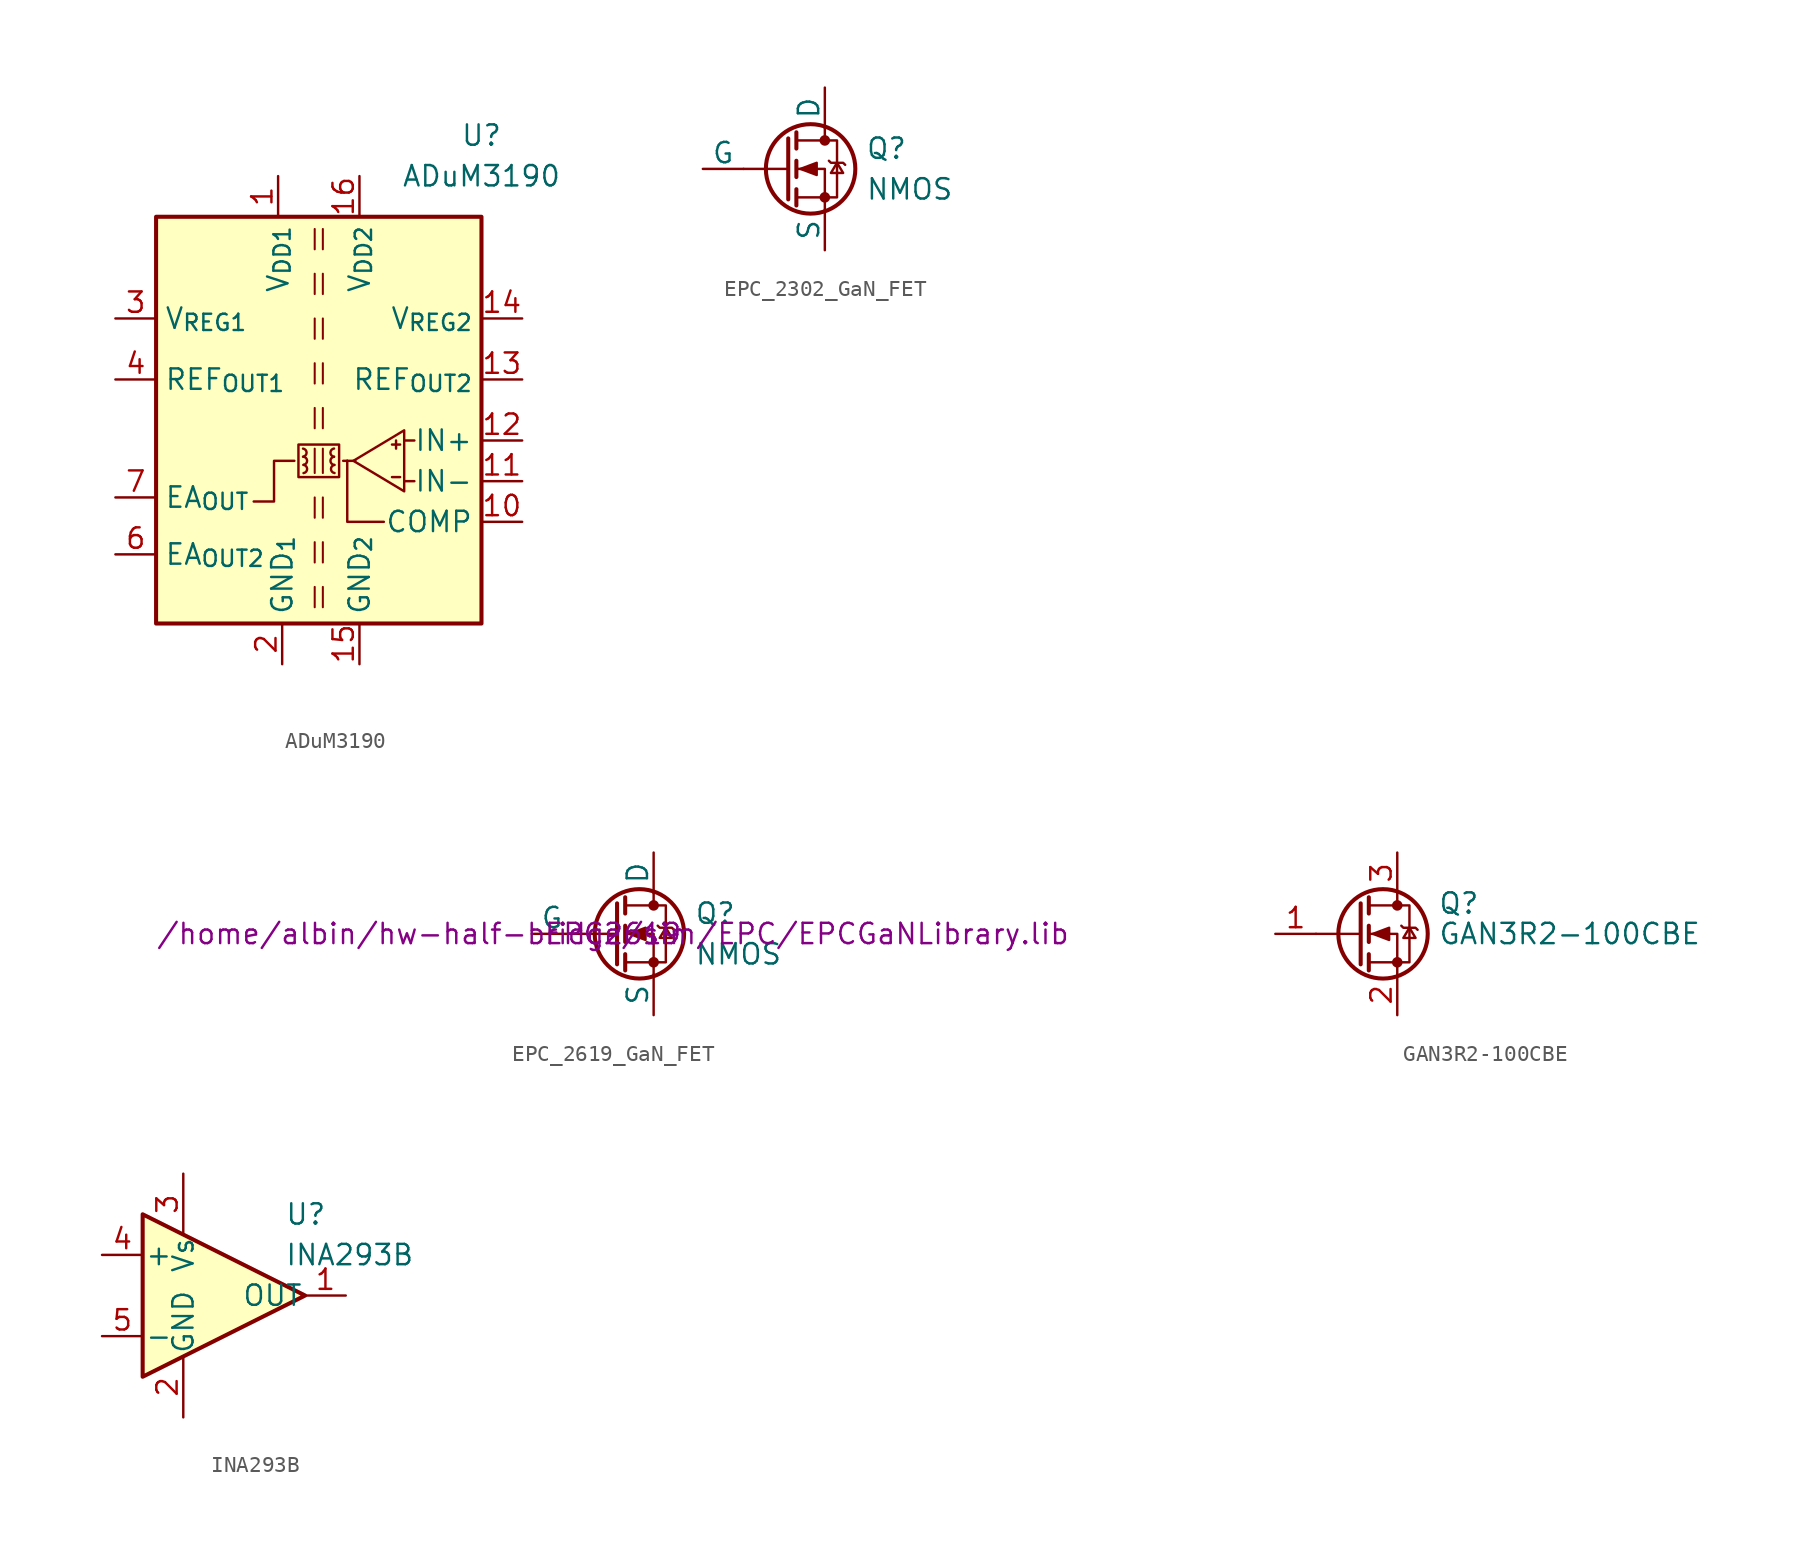
<source format=kicad_sym>
(kicad_symbol_lib
  (version 20231120)
  (generator "kicad_symbol_editor")
  (generator_version "8.0")
  (symbol "ADuM3190"
    (property "Reference" "U"
      (at 10.16 17.78 0)
      (effects (font (size 1.27 1.27))))
    (property "Value" "ADuM3190"
      (at 10.16 15.24 0)
      (effects (font (size 1.27 1.27))))
    (symbol "ADuM3190_0_0"
      (rectangle (start -10.16 12.7) (end 10.16 -12.7) (stroke (width 0.254) (type default)) (fill (type background))))
    (symbol "ADuM3190_0_1"
      (rectangle (start -1.27 -1.524) (end 1.27 -3.556) (stroke (width 0) (type default)) (fill (type none)))
      (arc (start -0.9841 -2.286) (mid -0.76 -2.032) (end -0.9841 -1.778) (stroke (width 0) (type default)) (fill (type none)))
      (arc (start -0.9522 -3.302) (mid -0.7281 -3.048) (end -0.9522 -2.794) (stroke (width 0) (type default)) (fill (type none)))
      (arc (start -0.9522 -2.794) (mid -0.7281 -2.54) (end -0.9522 -2.286) (stroke (width 0) (type default)) (fill (type none)))
      (polyline (pts (xy 1.778 -2.54) (xy 1.524 -2.54)) (stroke (width 0) (type default)) (fill (type none)))
      (polyline (pts (xy 2.286 -2.54) (xy 1.778 -2.54)) (stroke (width 0) (type default)) (fill (type none)))
      (polyline (pts (xy 4.572 -3.556) (xy 5.08 -3.556)) (stroke (width 0) (type default)) (fill (type none)))
      (polyline (pts (xy 5.334 -3.81) (xy 5.969 -3.81)) (stroke (width 0) (type default)) (fill (type none)))
      (polyline (pts (xy 5.334 -1.27) (xy 5.969 -1.27)) (stroke (width 0) (type default)) (fill (type none)))
      (polyline (pts (xy 1.778 -2.54) (xy 1.778 -6.35) (xy 4.064 -6.35)) (stroke (width 0) (type default)) (fill (type none)))
      (polyline (pts (xy -1.524 -2.54) (xy -2.794 -2.54) (xy -2.794 -5.08) (xy -4.064 -5.08)) (stroke (width 0) (type default)) (fill (type none)))
      (polyline (pts (xy 5.334 -0.635) (xy 2.159 -2.54) (xy 5.334 -4.445) (xy 5.334 -0.635)) (stroke (width 0) (type default)) (fill (type none)))
      (polyline (pts (xy 4.572 -1.524) (xy 5.08 -1.524) (xy 4.826 -1.524) (xy 4.826 -1.27) (xy 4.826 -1.778)) (stroke (width 0) (type default)) (fill (type none)))
      (arc (start 0.9522 -2.286) (mid 0.7281 -2.54) (end 0.9522 -2.794) (stroke (width 0) (type default)) (fill (type none)))
      (arc (start 0.9522 -1.778) (mid 0.7281 -2.032) (end 0.9522 -2.286) (stroke (width 0) (type default)) (fill (type none)))
      (arc (start 0.9841 -2.794) (mid 0.76 -3.048) (end 0.9841 -3.302) (stroke (width 0) (type default)) (fill (type none))))
    (symbol "ADuM3190_1_1"
      (polyline (pts (xy -0.254 -10.414) (xy -0.254 -11.684)) (stroke (width 0.127) (type default)) (fill (type none)))
      (polyline (pts (xy -0.254 -7.62) (xy -0.254 -8.89)) (stroke (width 0.127) (type default)) (fill (type none)))
      (polyline (pts (xy -0.254 -4.826) (xy -0.254 -6.096)) (stroke (width 0.127) (type default)) (fill (type none)))
      (polyline (pts (xy -0.254 -1.778) (xy -0.254 -3.302)) (stroke (width 0.127) (type default)) (fill (type none)))
      (polyline (pts (xy -0.254 0.762) (xy -0.254 -0.508)) (stroke (width 0.127) (type default)) (fill (type none)))
      (polyline (pts (xy -0.254 3.556) (xy -0.254 2.286)) (stroke (width 0.127) (type default)) (fill (type none)))
      (polyline (pts (xy -0.254 6.35) (xy -0.254 5.08)) (stroke (width 0.127) (type default)) (fill (type none)))
      (polyline (pts (xy -0.254 9.144) (xy -0.254 7.874)) (stroke (width 0.127) (type default)) (fill (type none)))
      (polyline (pts (xy -0.254 11.938) (xy -0.254 10.668)) (stroke (width 0.127) (type default)) (fill (type none)))
      (polyline (pts (xy 0.254 -10.414) (xy 0.254 -11.684)) (stroke (width 0.127) (type default)) (fill (type none)))
      (polyline (pts (xy 0.254 -7.62) (xy 0.254 -8.89)) (stroke (width 0.127) (type default)) (fill (type none)))
      (polyline (pts (xy 0.254 -4.826) (xy 0.254 -6.096)) (stroke (width 0.127) (type default)) (fill (type none)))
      (polyline (pts (xy 0.254 -1.778) (xy 0.254 -3.302)) (stroke (width 0.127) (type default)) (fill (type none)))
      (polyline (pts (xy 0.254 0.762) (xy 0.254 -0.508)) (stroke (width 0.127) (type default)) (fill (type none)))
      (polyline (pts (xy 0.254 3.556) (xy 0.254 2.286)) (stroke (width 0.127) (type default)) (fill (type none)))
      (polyline (pts (xy 0.254 6.35) (xy 0.254 5.08)) (stroke (width 0.127) (type default)) (fill (type none)))
      (polyline (pts (xy 0.254 9.144) (xy 0.254 7.874)) (stroke (width 0.127) (type default)) (fill (type none)))
      (polyline (pts (xy 0.254 11.938) (xy 0.254 10.668)) (stroke (width 0.127) (type default)) (fill (type none)))
      (pin power_in line (at -2.54 15.24 270) (length 2.54) (name "V_{DD1}" (effects (font (size 1.27 1.27)))) (number "1" (effects (font (size 1.27 1.27)))))
      (pin output line (at 12.7 -6.35 180) (length 2.54) (name "COMP" (effects (font (size 1.27 1.27)))) (number "10" (effects (font (size 1.27 1.27)))))
      (pin input line (at 12.7 -3.81 180) (length 2.54) (name "IN-" (effects (font (size 1.27 1.27)))) (number "11" (effects (font (size 1.27 1.27)))))
      (pin input line (at 12.7 -1.27 180) (length 2.54) (name "IN+" (effects (font (size 1.27 1.27)))) (number "12" (effects (font (size 1.27 1.27)))))
      (pin output line (at 12.7 2.54 180) (length 2.54) (name "REF_{OUT2}" (effects (font (size 1.27 1.27)))) (number "13" (effects (font (size 1.27 1.27)))))
      (pin passive line (at 12.7 6.35 180) (length 2.54) (name "V_{REG2}" (effects (font (size 1.27 1.27)))) (number "14" (effects (font (size 1.27 1.27)))))
      (pin power_in line (at 2.54 -15.24 90) (length 2.54) (name "GND_{2}" (effects (font (size 1.27 1.27)))) (number "15" (effects (font (size 1.27 1.27)))))
      (pin power_in line (at 2.54 15.24 270) (length 2.54) (name "V_{DD2}" (effects (font (size 1.27 1.27)))) (number "16" (effects (font (size 1.27 1.27)))))
      (pin power_in line (at -2.286 -15.24 90) (length 2.54) (name "GND_{1}" (effects (font (size 1.27 1.27)))) (number "2" (effects (font (size 1.27 1.27)))))
      (pin passive line (at -12.7 6.35 0) (length 2.54) (name "V_{REG1}" (effects (font (size 1.27 1.27)))) (number "3" (effects (font (size 1.27 1.27)))))
      (pin output line (at -12.7 2.54 0) (length 2.54) (name "REF_{OUT1}" (effects (font (size 1.27 1.27)))) (number "4" (effects (font (size 1.27 1.27)))))
      (pin no_connect line (at -12.7 -1.27 0) (length 2.54) hide (name "NC" (effects (font (size 1.27 1.27)))) (number "5" (effects (font (size 1.27 1.27)))))
      (pin open_collector line (at -12.7 -8.382 0) (length 2.54) (name "EA_{OUT2}" (effects (font (size 1.27 1.27)))) (number "6" (effects (font (size 1.27 1.27)))))
      (pin output line (at -12.7 -4.826 0) (length 2.54) (name "EA_{OUT}" (effects (font (size 1.27 1.27)))) (number "7" (effects (font (size 1.27 1.27)))))
      (pin passive line (at -2.286 -15.24 90) (length 2.54) hide (name "GND_{1}" (effects (font (size 1.27 1.27)))) (number "8" (effects (font (size 1.27 1.27)))))
      (pin passive line (at 2.54 -15.24 90) (length 2.54) hide (name "GND_{2}" (effects (font (size 1.27 1.27)))) (number "9" (effects (font (size 1.27 1.27)))))))
  (symbol "EPC_2302_GaN_FET"
    (pin_numbers hide)
    (pin_names
      (offset 0))
    (property "Reference" "Q"
      (at 5.08 1.27 0)
      (effects (font (size 1.27 1.27)) (justify left)))
    (property "Value" "NMOS"
      (at 5.08 -1.27 0)
      (effects (font (size 1.27 1.27)) (justify left)))
    (symbol "EPC_2302_GaN_FET_0_1"
      (polyline (pts (xy 0.254 0) (xy -2.54 0)) (stroke (width 0) (type default)) (fill (type none)))
      (polyline (pts (xy 0.254 1.905) (xy 0.254 -1.905)) (stroke (width 0.254) (type default)) (fill (type none)))
      (polyline (pts (xy 0.762 -1.27) (xy 0.762 -2.286)) (stroke (width 0.254) (type default)) (fill (type none)))
      (polyline (pts (xy 0.762 0.508) (xy 0.762 -0.508)) (stroke (width 0.254) (type default)) (fill (type none)))
      (polyline (pts (xy 0.762 2.286) (xy 0.762 1.27)) (stroke (width 0.254) (type default)) (fill (type none)))
      (polyline (pts (xy 2.54 2.54) (xy 2.54 1.778)) (stroke (width 0) (type default)) (fill (type none)))
      (polyline (pts (xy 2.54 -2.54) (xy 2.54 0) (xy 0.762 0)) (stroke (width 0) (type default)) (fill (type none)))
      (polyline (pts (xy 0.762 -1.778) (xy 3.302 -1.778) (xy 3.302 1.778) (xy 0.762 1.778)) (stroke (width 0) (type default)) (fill (type none)))
      (polyline (pts (xy 1.016 0) (xy 2.032 0.381) (xy 2.032 -0.381) (xy 1.016 0)) (stroke (width 0) (type default)) (fill (type outline)))
      (polyline (pts (xy 2.794 0.508) (xy 2.921 0.381) (xy 3.683 0.381) (xy 3.81 0.254)) (stroke (width 0) (type default)) (fill (type none)))
      (polyline (pts (xy 3.302 0.381) (xy 2.921 -0.254) (xy 3.683 -0.254) (xy 3.302 0.381)) (stroke (width 0) (type default)) (fill (type none)))
      (circle (center 1.651 0) (radius 2.794) (stroke (width 0.254) (type default)) (fill (type none)))
      (circle (center 2.54 -1.778) (radius 0.254) (stroke (width 0) (type default)) (fill (type outline)))
      (circle (center 2.54 1.778) (radius 0.254) (stroke (width 0) (type default)) (fill (type outline))))
    (symbol "EPC_2302_GaN_FET_1_1"
      (pin input line (at -5.08 0 0) (length 2.54) (name "G" (effects (font (size 1.27 1.27)))) (number "1" (effects (font (size 1.27 1.27)))))
      (pin passive line (at 2.54 -5.08 90) (length 2.54) (name "S" (effects (font (size 1.27 1.27)))) (number "2" (effects (font (size 1.27 1.27)))))
      (pin passive line (at 2.54 5.08 270) (length 2.54) (name "D" (effects (font (size 1.27 1.27)))) (number "3" (effects (font (size 1.27 1.27)))))
      (pin passive line (at 2.54 -5.08 90) (length 2.54) hide (name "S" (effects (font (size 1.27 1.27)))) (number "4" (effects (font (size 1.27 1.27)))))
      (pin passive line (at 2.54 5.08 270) (length 2.54) hide (name "D" (effects (font (size 1.27 1.27)))) (number "5" (effects (font (size 1.27 1.27)))))
      (pin passive line (at 2.54 -5.08 90) (length 2.54) hide (name "S" (effects (font (size 1.27 1.27)))) (number "6" (effects (font (size 1.27 1.27)))))
      (pin passive line (at 2.54 5.08 270) (length 2.54) hide (name "D" (effects (font (size 1.27 1.27)))) (number "7" (effects (font (size 1.27 1.27)))))))
  (symbol "EPC_2619_GaN_FET"
    (pin_numbers hide)
    (pin_names
      (offset 0))
    (property "Reference" "Q"
      (at 5.08 1.27 0)
      (effects (font (size 1.27 1.27)) (justify left)))
    (property "Value" "NMOS"
      (at 5.08 -1.27 0)
      (effects (font (size 1.27 1.27)) (justify left)))
    (property "Sim.Library" "/home/albin/hw-half-bridge/sim/EPC/EPCGaNLibrary.lib"
      (at 0 0 0)
      (effects (font (size 1.27 1.27))))
    (property "Sim.Name" "EPC2619"
      (at 0 0 0)
      (effects (font (size 1.27 1.27))))
    (symbol "EPC_2619_GaN_FET_0_1"
      (polyline (pts (xy 0.254 0) (xy -2.54 0)) (stroke (width 0) (type default)) (fill (type none)))
      (polyline (pts (xy 0.254 1.905) (xy 0.254 -1.905)) (stroke (width 0.254) (type default)) (fill (type none)))
      (polyline (pts (xy 0.762 -1.27) (xy 0.762 -2.286)) (stroke (width 0.254) (type default)) (fill (type none)))
      (polyline (pts (xy 0.762 0.508) (xy 0.762 -0.508)) (stroke (width 0.254) (type default)) (fill (type none)))
      (polyline (pts (xy 0.762 2.286) (xy 0.762 1.27)) (stroke (width 0.254) (type default)) (fill (type none)))
      (polyline (pts (xy 2.54 2.54) (xy 2.54 1.778)) (stroke (width 0) (type default)) (fill (type none)))
      (polyline (pts (xy 2.54 -2.54) (xy 2.54 0) (xy 0.762 0)) (stroke (width 0) (type default)) (fill (type none)))
      (polyline (pts (xy 0.762 -1.778) (xy 3.302 -1.778) (xy 3.302 1.778) (xy 0.762 1.778)) (stroke (width 0) (type default)) (fill (type none)))
      (polyline (pts (xy 1.016 0) (xy 2.032 0.381) (xy 2.032 -0.381) (xy 1.016 0)) (stroke (width 0) (type default)) (fill (type outline)))
      (polyline (pts (xy 2.794 0.508) (xy 2.921 0.381) (xy 3.683 0.381) (xy 3.81 0.254)) (stroke (width 0) (type default)) (fill (type none)))
      (polyline (pts (xy 3.302 0.381) (xy 2.921 -0.254) (xy 3.683 -0.254) (xy 3.302 0.381)) (stroke (width 0) (type default)) (fill (type none)))
      (circle (center 1.651 0) (radius 2.794) (stroke (width 0.254) (type default)) (fill (type none)))
      (circle (center 2.54 -1.778) (radius 0.254) (stroke (width 0) (type default)) (fill (type outline)))
      (circle (center 2.54 1.778) (radius 0.254) (stroke (width 0) (type default)) (fill (type outline))))
    (symbol "EPC_2619_GaN_FET_1_1"
      (pin input line (at -5.08 0 0) (length 2.54) (name "G" (effects (font (size 1.27 1.27)))) (number "1" (effects (font (size 1.27 1.27)))))
      (pin passive line (at 2.54 -5.08 90) (length 2.54) (name "S" (effects (font (size 1.27 1.27)))) (number "2" (effects (font (size 1.27 1.27)))))
      (pin passive line (at 2.54 5.08 270) (length 2.54) (name "D" (effects (font (size 1.27 1.27)))) (number "3" (effects (font (size 1.27 1.27)))))
      (pin passive line (at 2.54 -5.08 90) (length 2.54) hide (name "S" (effects (font (size 1.27 1.27)))) (number "4" (effects (font (size 1.27 1.27)))))
      (pin passive line (at 2.54 5.08 270) (length 2.54) hide (name "D" (effects (font (size 1.27 1.27)))) (number "5" (effects (font (size 1.27 1.27)))))
      (pin passive line (at 2.54 -5.08 90) (length 2.54) hide (name "S" (effects (font (size 1.27 1.27)))) (number "6" (effects (font (size 1.27 1.27)))))))
  (symbol "GAN3R2-100CBE"
    (pin_names hide)
    (property "Reference" "Q"
      (at 5.08 1.905 0)
      (effects (font (size 1.27 1.27)) (justify left)))
    (property "Value" "GAN3R2-100CBE"
      (at 5.08 0 0)
      (effects (font (size 1.27 1.27)) (justify left)))
    (symbol "GAN3R2-100CBE_0_1"
      (polyline (pts (xy 0.254 0) (xy -2.54 0)) (stroke (width 0) (type default)) (fill (type none)))
      (polyline (pts (xy 0.254 1.905) (xy 0.254 -1.905)) (stroke (width 0.254) (type default)) (fill (type none)))
      (polyline (pts (xy 0.762 -1.27) (xy 0.762 -2.286)) (stroke (width 0.254) (type default)) (fill (type none)))
      (polyline (pts (xy 0.762 0.508) (xy 0.762 -0.508)) (stroke (width 0.254) (type default)) (fill (type none)))
      (polyline (pts (xy 0.762 2.286) (xy 0.762 1.27)) (stroke (width 0.254) (type default)) (fill (type none)))
      (polyline (pts (xy 2.54 2.54) (xy 2.54 1.778)) (stroke (width 0) (type default)) (fill (type none)))
      (polyline (pts (xy 2.54 -2.54) (xy 2.54 0) (xy 0.762 0)) (stroke (width 0) (type default)) (fill (type none)))
      (polyline (pts (xy 0.762 -1.778) (xy 3.302 -1.778) (xy 3.302 1.778) (xy 0.762 1.778)) (stroke (width 0) (type default)) (fill (type none)))
      (polyline (pts (xy 1.016 0) (xy 2.032 0.381) (xy 2.032 -0.381) (xy 1.016 0)) (stroke (width 0) (type default)) (fill (type outline)))
      (polyline (pts (xy 2.794 0.508) (xy 2.921 0.381) (xy 3.683 0.381) (xy 3.81 0.254)) (stroke (width 0) (type default)) (fill (type none)))
      (polyline (pts (xy 3.302 0.381) (xy 2.921 -0.254) (xy 3.683 -0.254) (xy 3.302 0.381)) (stroke (width 0) (type default)) (fill (type none)))
      (circle (center 1.651 0) (radius 2.794) (stroke (width 0.254) (type default)) (fill (type none)))
      (circle (center 2.54 -1.778) (radius 0.254) (stroke (width 0) (type default)) (fill (type outline)))
      (circle (center 2.54 1.778) (radius 0.254) (stroke (width 0) (type default)) (fill (type outline))))
    (symbol "GAN3R2-100CBE_1_1"
      (pin input line (at -5.08 0 0) (length 2.54) (name "G" (effects (font (size 1.27 1.27)))) (number "1" (effects (font (size 1.27 1.27)))))
      (pin passive line (at 2.54 -5.08 90) (length 2.54) (name "S" (effects (font (size 1.27 1.27)))) (number "2" (effects (font (size 1.27 1.27)))))
      (pin passive line (at 2.54 5.08 270) (length 2.54) (name "D" (effects (font (size 1.27 1.27)))) (number "3" (effects (font (size 1.27 1.27)))))
      (pin passive line (at 2.54 -5.08 90) (length 2.54) hide (name "S" (effects (font (size 1.27 1.27)))) (number "4" (effects (font (size 1.27 1.27)))))
      (pin passive line (at 2.54 5.08 270) (length 2.54) hide (name "D" (effects (font (size 1.27 1.27)))) (number "5" (effects (font (size 1.27 1.27)))))
      (pin passive line (at 2.54 -5.08 90) (length 2.54) hide (name "S" (effects (font (size 1.27 1.27)))) (number "6" (effects (font (size 1.27 1.27)))))
      (pin passive line (at 2.54 5.08 270) (length 2.54) hide (name "D" (effects (font (size 1.27 1.27)))) (number "7" (effects (font (size 1.27 1.27)))))
      (pin passive line (at 2.54 -5.08 90) (length 2.54) hide (name "S" (effects (font (size 1.27 1.27)))) (number "8" (effects (font (size 1.27 1.27)))))))
  (symbol "INA293B"
    (pin_names
      (offset 0.127))
    (property "Reference" "U"
      (at 3.81 5.08 0)
      (effects (font (size 1.27 1.27)) (justify left)))
    (property "Value" "INA293B"
      (at 3.81 2.54 0)
      (effects (font (size 1.27 1.27)) (justify left)))
    (symbol "INA293B_0_1"
      (polyline (pts (xy -5.08 5.08) (xy 5.08 0) (xy -5.08 -5.08) (xy -5.08 5.08)) (stroke (width 0.254) (type default)) (fill (type background))))
    (symbol "INA293B_1_1"
      (pin output line (at 7.62 0 180) (length 2.54) (name "OUT" (effects (font (size 1.27 1.27)))) (number "1" (effects (font (size 1.27 1.27)))))
      (pin power_in line (at -2.54 -7.62 90) (length 3.81) (name "GND" (effects (font (size 1.27 1.27)))) (number "2" (effects (font (size 1.27 1.27)))))
      (pin power_in line (at -2.54 7.62 270) (length 3.81) (name "Vs" (effects (font (size 1.27 1.27)))) (number "3" (effects (font (size 1.27 1.27)))))
      (pin input line (at -7.62 2.54 0) (length 2.54) (name "+" (effects (font (size 1.27 1.27)))) (number "4" (effects (font (size 1.27 1.27)))))
      (pin input line (at -7.62 -2.54 0) (length 2.54) (name "-" (effects (font (size 1.27 1.27)))) (number "5" (effects (font (size 1.27 1.27))))))))
</source>
